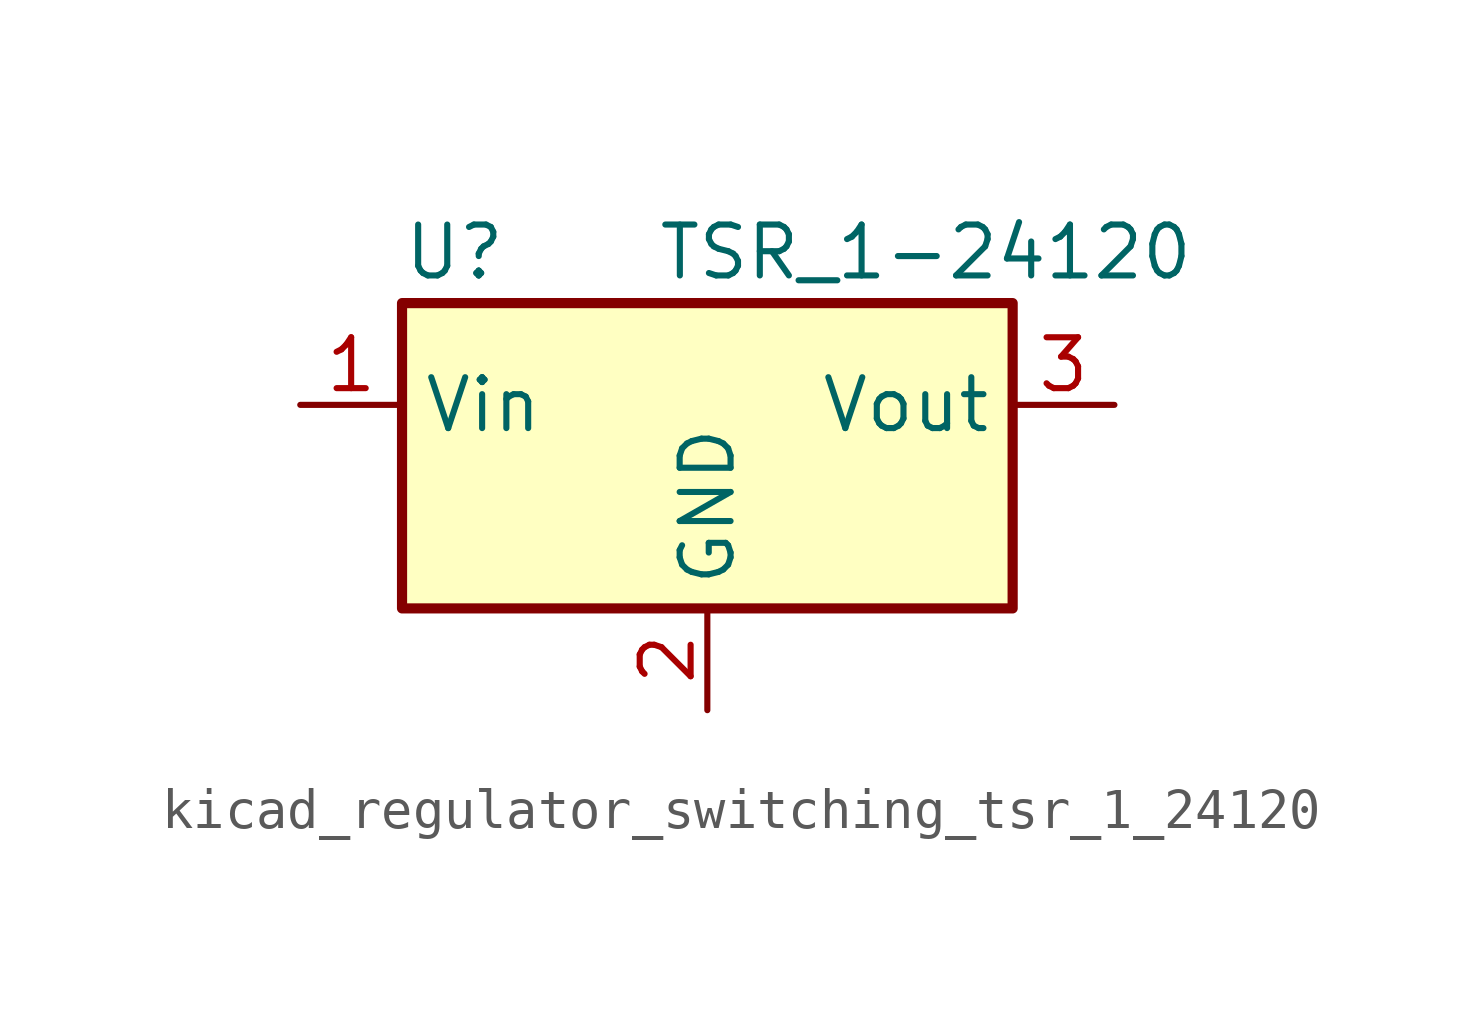
<source format=kicad_sym>
(kicad_symbol_lib
  (version 20220914)
  (generator kicad_symbol_editor)
  (symbol "kicad_regulator_switching_tsr_1_24120"
    (property "Reference" "U"
      (at -7.62 6.35 0)
      (effects (font (size 1.27 1.27)) (justify left)))
    (property "Value" "TSR_1-24120"
      (at -1.27 6.35 0)
      (effects (font (size 1.27 1.27)) (justify left)))
    (symbol "kicad_regulator_switching_tsr_1_24120_0_1"
      (rectangle (start -7.62 5.08) (end 7.62 -2.54) (stroke (width 0.254) (type default)) (fill (type background))))
    (symbol "kicad_regulator_switching_tsr_1_24120_1_1"
      (pin power_in line (at -10.16 2.54 0) (length 2.54) (name "Vin" (effects (font (size 1.27 1.27)))) (number "1" (effects (font (size 1.27 1.27)))))
      (pin power_in line (at 0 -5.08 90) (length 2.54) (name "GND" (effects (font (size 1.27 1.27)))) (number "2" (effects (font (size 1.27 1.27)))))
      (pin power_out line (at 10.16 2.54 180) (length 2.54) (name "Vout" (effects (font (size 1.27 1.27)))) (number "3" (effects (font (size 1.27 1.27))))))))
</source>
